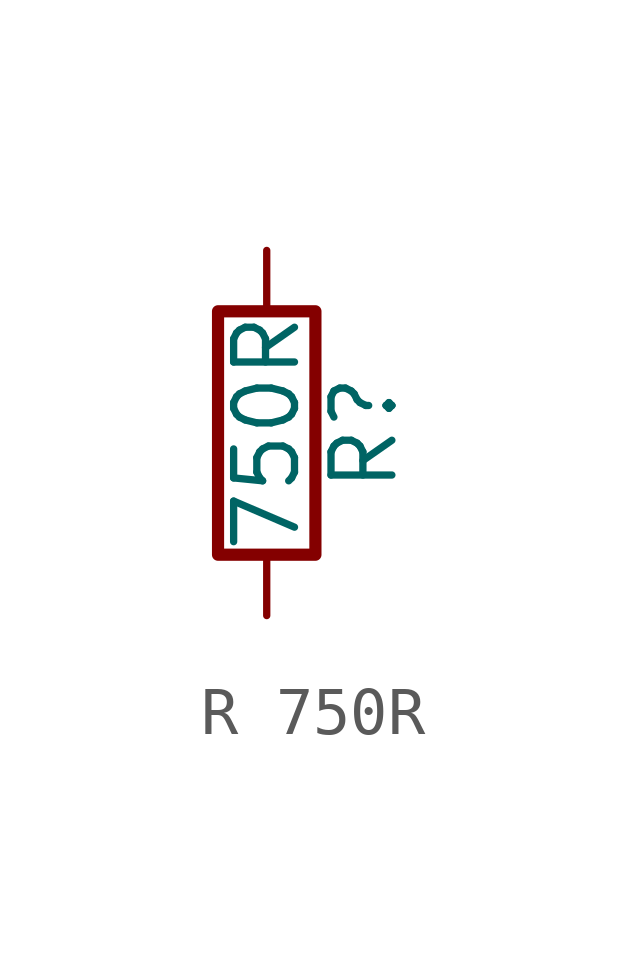
<source format=kicad_sym>
(kicad_symbol_lib
  (version 20231120)
  (generator "kicad_symbol_editor")
  (generator_version "8.0")
  (symbol "R 750R"
    (pin_numbers hide)
    (pin_names
      (offset 0))
    (property "Reference" "R"
      (at 2.032 0 90)
      (effects (font (size 1.27 1.27))))
    (property "Value" "750R"
      (at 0 0 90)
      (effects (font (size 1.27 1.27))))
    (symbol "R 750R_0_1"
      (rectangle (start -1.016 2.54) (end 1.016 -2.54) (stroke (width 0.254) (type default)) (fill (type none))))
    (symbol "R 750R_1_1"
      (pin passive line (at 0 3.81 270) (length 1.27) (name "~" (effects (font (size 1.27 1.27)))) (number "1" (effects (font (size 1.27 1.27)))))
      (pin passive line (at 0 -3.81 90) (length 1.27) (name "~" (effects (font (size 1.27 1.27)))) (number "2" (effects (font (size 1.27 1.27))))))))
</source>
